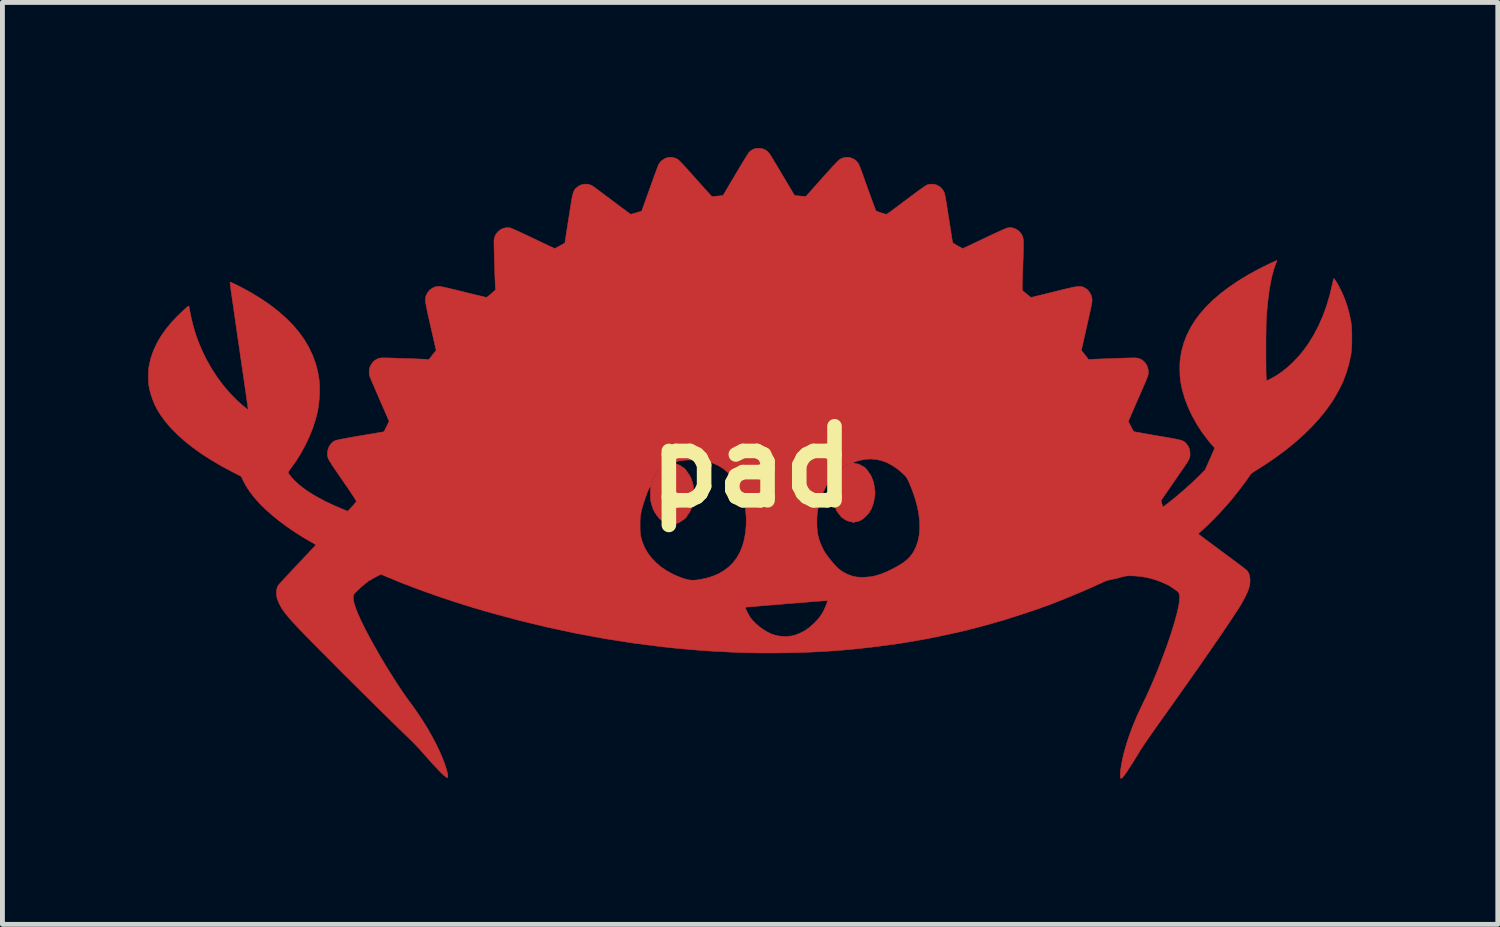
<source format=kicad_pcb>
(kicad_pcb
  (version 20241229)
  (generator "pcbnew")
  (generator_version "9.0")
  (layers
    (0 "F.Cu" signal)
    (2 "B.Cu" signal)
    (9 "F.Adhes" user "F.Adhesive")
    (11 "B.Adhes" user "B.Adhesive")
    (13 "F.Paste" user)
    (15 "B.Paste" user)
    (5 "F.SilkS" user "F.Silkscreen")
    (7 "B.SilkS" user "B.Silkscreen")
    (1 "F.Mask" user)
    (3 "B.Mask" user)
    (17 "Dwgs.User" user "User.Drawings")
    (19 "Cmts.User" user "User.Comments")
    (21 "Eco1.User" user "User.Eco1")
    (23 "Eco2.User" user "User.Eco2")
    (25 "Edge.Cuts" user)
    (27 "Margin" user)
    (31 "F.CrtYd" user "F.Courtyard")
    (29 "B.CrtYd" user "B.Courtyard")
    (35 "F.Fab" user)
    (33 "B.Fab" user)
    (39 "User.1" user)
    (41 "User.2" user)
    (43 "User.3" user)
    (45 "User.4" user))
  (footprint "pad"
    (layer "F.Cu")
    (at 12.428 6.562)
    (property "Reference" "pad" (at 0 0 0) (layer "F.SilkS") (effects (font (size 1.524 1.524) (thickness 0.3))))
    (attr through_hole)
    (fp_poly (pts (xy 0.202 -6.554) (xy 0.25 -6.541) (xy 0.293 -6.518) (xy 0.33 -6.489) (xy 0.337 -6.482) (xy 0.345 -6.473) (xy 0.354 -6.462) (xy 0.365 -6.448) (xy 0.378 -6.429) (xy 0.394 -6.405) (xy 0.413 -6.374) (xy 0.437 -6.336) (xy 0.465 -6.288) (xy 0.499 -6.232) (xy 0.54 -6.164) (xy 0.587 -6.085) (xy 0.641 -5.993) (xy 0.686 -5.918) (xy 0.739 -5.828) (xy 0.784 -5.753) (xy 0.821 -5.691) (xy 0.849 -5.644) (xy 0.869 -5.612) (xy 0.88 -5.593) (xy 0.884 -5.588) (xy 0.897 -5.585) (xy 0.922 -5.582) (xy 0.955 -5.579) (xy 0.993 -5.576) (xy 1.031 -5.573) (xy 1.067 -5.57) (xy 1.096 -5.569) (xy 1.114 -5.568) (xy 1.118 -5.569) (xy 1.126 -5.577) (xy 1.142 -5.596) (xy 1.166 -5.622) (xy 1.194 -5.654) (xy 1.203 -5.665) (xy 1.298 -5.771) (xy 1.381 -5.865) (xy 1.455 -5.948) (xy 1.52 -6.021) (xy 1.577 -6.083) (xy 1.626 -6.137) (xy 1.667 -6.183) (xy 1.703 -6.221) (xy 1.733 -6.252) (xy 1.758 -6.278) (xy 1.779 -6.298) (xy 1.796 -6.314) (xy 1.811 -6.326) (xy 1.824 -6.335) (xy 1.835 -6.342) (xy 1.84 -6.345) (xy 1.901 -6.367) (xy 1.964 -6.374) (xy 2.027 -6.367) (xy 2.087 -6.345) (xy 2.14 -6.311) (xy 2.184 -6.264) (xy 2.187 -6.259) (xy 2.193 -6.251) (xy 2.198 -6.242) (xy 2.204 -6.231) (xy 2.21 -6.218) (xy 2.218 -6.201) (xy 2.227 -6.178) (xy 2.238 -6.149) (xy 2.252 -6.112) (xy 2.269 -6.067) (xy 2.289 -6.011) (xy 2.313 -5.944) (xy 2.341 -5.865) (xy 2.374 -5.772) (xy 2.413 -5.665) (xy 2.413 -5.664) (xy 2.44 -5.587) (xy 2.467 -5.515) (xy 2.491 -5.449) (xy 2.512 -5.391) (xy 2.53 -5.342) (xy 2.545 -5.305) (xy 2.555 -5.28) (xy 2.56 -5.27) (xy 2.56 -5.27) (xy 2.571 -5.264) (xy 2.594 -5.255) (xy 2.626 -5.244) (xy 2.663 -5.231) (xy 2.7 -5.219) (xy 2.733 -5.209) (xy 2.76 -5.202) (xy 2.776 -5.199) (xy 2.776 -5.199) (xy 2.785 -5.203) (xy 2.805 -5.218) (xy 2.837 -5.24) (xy 2.879 -5.271) (xy 2.929 -5.308) (xy 2.986 -5.35) (xy 3.05 -5.398) (xy 3.118 -5.449) (xy 3.178 -5.493) (xy 3.272 -5.564) (xy 3.355 -5.626) (xy 3.428 -5.68) (xy 3.49 -5.724) (xy 3.539 -5.759) (xy 3.577 -5.785) (xy 3.602 -5.8) (xy 3.611 -5.805) (xy 3.668 -5.819) (xy 3.73 -5.82) (xy 3.789 -5.809) (xy 3.819 -5.798) (xy 3.874 -5.767) (xy 3.916 -5.728) (xy 3.951 -5.677) (xy 3.953 -5.674) (xy 3.958 -5.662) (xy 3.964 -5.65) (xy 3.969 -5.636) (xy 3.974 -5.618) (xy 3.979 -5.595) (xy 3.985 -5.566) (xy 3.992 -5.53) (xy 4 -5.484) (xy 4.009 -5.427) (xy 4.02 -5.359) (xy 4.033 -5.277) (xy 4.048 -5.18) (xy 4.056 -5.134) (xy 4.07 -5.044) (xy 4.083 -4.959) (xy 4.095 -4.881) (xy 4.106 -4.81) (xy 4.116 -4.748) (xy 4.124 -4.697) (xy 4.13 -4.659) (xy 4.134 -4.634) (xy 4.136 -4.626) (xy 4.144 -4.614) (xy 4.163 -4.598) (xy 4.195 -4.577) (xy 4.241 -4.551) (xy 4.278 -4.531) (xy 4.31 -4.514) (xy 4.333 -4.502) (xy 4.346 -4.496) (xy 4.347 -4.496) (xy 4.355 -4.499) (xy 4.378 -4.51) (xy 4.412 -4.526) (xy 4.459 -4.547) (xy 4.514 -4.573) (xy 4.579 -4.604) (xy 4.65 -4.637) (xy 4.727 -4.674) (xy 4.79 -4.704) (xy 4.902 -4.757) (xy 5 -4.803) (xy 5.082 -4.841) (xy 5.15 -4.871) (xy 5.204 -4.895) (xy 5.244 -4.911) (xy 5.269 -4.92) (xy 5.276 -4.921) (xy 5.338 -4.925) (xy 5.399 -4.913) (xy 5.456 -4.887) (xy 5.506 -4.85) (xy 5.548 -4.802) (xy 5.577 -4.745) (xy 5.58 -4.739) (xy 5.584 -4.723) (xy 5.588 -4.705) (xy 5.592 -4.684) (xy 5.594 -4.658) (xy 5.595 -4.625) (xy 5.596 -4.585) (xy 5.596 -4.536) (xy 5.595 -4.476) (xy 5.593 -4.405) (xy 5.591 -4.321) (xy 5.587 -4.223) (xy 5.584 -4.128) (xy 5.581 -4.05) (xy 5.578 -3.974) (xy 5.576 -3.904) (xy 5.574 -3.84) (xy 5.573 -3.786) (xy 5.572 -3.743) (xy 5.571 -3.715) (xy 5.571 -3.712) (xy 5.571 -3.635) (xy 5.657 -3.562) (xy 5.69 -3.535) (xy 5.719 -3.512) (xy 5.74 -3.496) (xy 5.752 -3.489) (xy 5.754 -3.488) (xy 5.763 -3.49) (xy 5.788 -3.496) (xy 5.826 -3.505) (xy 5.876 -3.517) (xy 5.936 -3.532) (xy 6.005 -3.549) (xy 6.082 -3.568) (xy 6.164 -3.588) (xy 6.211 -3.6) (xy 6.311 -3.625) (xy 6.395 -3.646) (xy 6.467 -3.663) (xy 6.526 -3.677) (xy 6.575 -3.688) (xy 6.615 -3.697) (xy 6.647 -3.703) (xy 6.674 -3.707) (xy 6.696 -3.71) (xy 6.715 -3.712) (xy 6.731 -3.712) (xy 6.77 -3.712) (xy 6.798 -3.709) (xy 6.823 -3.702) (xy 6.849 -3.69) (xy 6.851 -3.689) (xy 6.906 -3.653) (xy 6.95 -3.605) (xy 6.984 -3.547) (xy 7.004 -3.482) (xy 7.008 -3.449) (xy 7.009 -3.436) (xy 7.009 -3.421) (xy 7.007 -3.403) (xy 7.004 -3.379) (xy 6.999 -3.35) (xy 6.992 -3.313) (xy 6.982 -3.267) (xy 6.97 -3.211) (xy 6.955 -3.143) (xy 6.938 -3.063) (xy 6.916 -2.968) (xy 6.9 -2.897) (xy 6.788 -2.399) (xy 6.863 -2.304) (xy 6.937 -2.209) (xy 7.023 -2.214) (xy 7.059 -2.216) (xy 7.108 -2.218) (xy 7.168 -2.221) (xy 7.236 -2.223) (xy 7.311 -2.226) (xy 7.388 -2.229) (xy 7.468 -2.232) (xy 7.546 -2.234) (xy 7.621 -2.237) (xy 7.691 -2.239) (xy 7.753 -2.241) (xy 7.805 -2.242) (xy 7.844 -2.243) (xy 7.868 -2.244) (xy 7.921 -2.241) (xy 7.963 -2.234) (xy 7.987 -2.226) (xy 8.044 -2.197) (xy 8.091 -2.154) (xy 8.129 -2.102) (xy 8.155 -2.043) (xy 8.167 -1.979) (xy 8.166 -1.914) (xy 8.163 -1.896) (xy 8.156 -1.874) (xy 8.144 -1.84) (xy 8.127 -1.797) (xy 8.108 -1.748) (xy 8.086 -1.698) (xy 8.067 -1.654) (xy 8.042 -1.597) (xy 8.013 -1.531) (xy 7.982 -1.459) (xy 7.948 -1.382) (xy 7.915 -1.305) (xy 7.887 -1.241) (xy 7.754 -0.936) (xy 7.807 -0.834) (xy 7.826 -0.797) (xy 7.844 -0.764) (xy 7.857 -0.74) (xy 7.864 -0.728) (xy 7.865 -0.727) (xy 7.874 -0.724) (xy 7.898 -0.719) (xy 7.936 -0.712) (xy 7.986 -0.703) (xy 8.047 -0.692) (xy 8.117 -0.679) (xy 8.195 -0.666) (xy 8.279 -0.651) (xy 8.348 -0.639) (xy 8.456 -0.621) (xy 8.549 -0.605) (xy 8.627 -0.591) (xy 8.693 -0.579) (xy 8.748 -0.568) (xy 8.793 -0.558) (xy 8.829 -0.549) (xy 8.858 -0.54) (xy 8.881 -0.531) (xy 8.9 -0.521) (xy 8.915 -0.51) (xy 8.929 -0.498) (xy 8.942 -0.485) (xy 8.953 -0.473) (xy 8.993 -0.417) (xy 9.017 -0.353) (xy 9.026 -0.283) (xy 9.026 -0.28) (xy 9.026 -0.251) (xy 9.025 -0.226) (xy 9.021 -0.203) (xy 9.014 -0.179) (xy 9.003 -0.153) (xy 8.987 -0.124) (xy 8.965 -0.087) (xy 8.936 -0.043) (xy 8.899 0.011) (xy 8.858 0.07) (xy 8.816 0.131) (xy 8.768 0.201) (xy 8.717 0.275) (xy 8.667 0.349) (xy 8.62 0.416) (xy 8.603 0.44) (xy 8.568 0.492) (xy 8.534 0.541) (xy 8.503 0.585) (xy 8.478 0.622) (xy 8.459 0.648) (xy 8.449 0.663) (xy 8.434 0.686) (xy 8.43 0.704) (xy 8.433 0.718) (xy 8.439 0.739) (xy 8.449 0.769) (xy 8.454 0.785) (xy 8.468 0.83) (xy 8.57 0.751) (xy 8.655 0.684) (xy 8.748 0.608) (xy 8.845 0.526) (xy 8.942 0.441) (xy 9.037 0.355) (xy 9.127 0.272) (xy 9.208 0.193) (xy 9.259 0.142) (xy 9.336 0.064) (xy 9.435 -0.158) (xy 9.46 -0.215) (xy 9.483 -0.267) (xy 9.503 -0.312) (xy 9.518 -0.349) (xy 9.529 -0.374) (xy 9.533 -0.386) (xy 9.533 -0.387) (xy 9.528 -0.397) (xy 9.513 -0.413) (xy 9.503 -0.424) (xy 9.485 -0.442) (xy 9.461 -0.47) (xy 9.433 -0.503) (xy 9.407 -0.534) (xy 9.28 -0.702) (xy 9.167 -0.875) (xy 9.069 -1.051) (xy 8.985 -1.23) (xy 8.917 -1.41) (xy 8.865 -1.591) (xy 8.835 -1.736) (xy 8.826 -1.798) (xy 8.82 -1.872) (xy 8.817 -1.953) (xy 8.816 -2.036) (xy 8.817 -2.116) (xy 8.821 -2.188) (xy 8.826 -2.232) (xy 8.855 -2.396) (xy 8.9 -2.557) (xy 8.961 -2.713) (xy 9.037 -2.864) (xy 9.129 -3.013) (xy 9.236 -3.157) (xy 9.36 -3.297) (xy 9.5 -3.435) (xy 9.656 -3.568) (xy 9.828 -3.699) (xy 10.016 -3.826) (xy 10.221 -3.951) (xy 10.389 -4.044) (xy 10.436 -4.068) (xy 10.487 -4.095) (xy 10.542 -4.122) (xy 10.597 -4.149) (xy 10.65 -4.175) (xy 10.699 -4.198) (xy 10.743 -4.218) (xy 10.778 -4.234) (xy 10.803 -4.244) (xy 10.816 -4.248) (xy 10.817 -4.248) (xy 10.815 -4.239) (xy 10.808 -4.22) (xy 10.799 -4.201) (xy 10.782 -4.161) (xy 10.764 -4.107) (xy 10.744 -4.043) (xy 10.725 -3.973) (xy 10.707 -3.901) (xy 10.693 -3.836) (xy 10.674 -3.732) (xy 10.656 -3.626) (xy 10.641 -3.513) (xy 10.626 -3.393) (xy 10.614 -3.262) (xy 10.601 -3.117) (xy 10.598 -3.078) (xy 10.596 -3.044) (xy 10.595 -2.997) (xy 10.593 -2.938) (xy 10.592 -2.869) (xy 10.591 -2.792) (xy 10.59 -2.708) (xy 10.589 -2.62) (xy 10.589 -2.528) (xy 10.589 -2.435) (xy 10.588 -2.342) (xy 10.589 -2.252) (xy 10.589 -2.165) (xy 10.59 -2.083) (xy 10.59 -2.009) (xy 10.591 -1.943) (xy 10.593 -1.888) (xy 10.594 -1.846) (xy 10.596 -1.817) (xy 10.597 -1.806) (xy 10.604 -1.77) (xy 10.688 -1.813) (xy 10.805 -1.879) (xy 10.923 -1.96) (xy 11.04 -2.054) (xy 11.153 -2.159) (xy 11.261 -2.273) (xy 11.338 -2.364) (xy 11.46 -2.53) (xy 11.571 -2.709) (xy 11.671 -2.9) (xy 11.761 -3.103) (xy 11.839 -3.32) (xy 11.907 -3.549) (xy 11.964 -3.792) (xy 11.972 -3.829) (xy 11.978 -3.855) (xy 11.984 -3.873) (xy 11.987 -3.878) (xy 11.996 -3.87) (xy 12.011 -3.85) (xy 12.032 -3.817) (xy 12.059 -3.773) (xy 12.089 -3.721) (xy 12.089 -3.72) (xy 12.154 -3.592) (xy 12.213 -3.452) (xy 12.264 -3.304) (xy 12.306 -3.151) (xy 12.338 -2.997) (xy 12.342 -2.968) (xy 12.349 -2.913) (xy 12.354 -2.844) (xy 12.357 -2.766) (xy 12.358 -2.683) (xy 12.358 -2.597) (xy 12.356 -2.514) (xy 12.352 -2.436) (xy 12.346 -2.367) (xy 12.339 -2.311) (xy 12.338 -2.305) (xy 12.297 -2.118) (xy 12.245 -1.939) (xy 12.179 -1.765) (xy 12.098 -1.595) (xy 12.003 -1.425) (xy 11.942 -1.329) (xy 11.822 -1.161) (xy 11.686 -0.994) (xy 11.535 -0.828) (xy 11.369 -0.664) (xy 11.188 -0.503) (xy 10.995 -0.346) (xy 10.788 -0.193) (xy 10.569 -0.044) (xy 10.406 0.059) (xy 10.348 0.096) (xy 10.305 0.125) (xy 10.278 0.148) (xy 10.267 0.16) (xy 10.245 0.196) (xy 10.213 0.242) (xy 10.174 0.297) (xy 10.129 0.358) (xy 10.079 0.424) (xy 10.026 0.492) (xy 9.973 0.56) (xy 9.92 0.626) (xy 9.869 0.688) (xy 9.839 0.724) (xy 9.777 0.795) (xy 9.709 0.871) (xy 9.636 0.95) (xy 9.561 1.028) (xy 9.486 1.105) (xy 9.414 1.177) (xy 9.347 1.241) (xy 9.287 1.297) (xy 9.255 1.325) (xy 9.229 1.348) (xy 9.209 1.367) (xy 9.197 1.379) (xy 9.195 1.381) (xy 9.202 1.387) (xy 9.221 1.402) (xy 9.252 1.425) (xy 9.293 1.456) (xy 9.343 1.494) (xy 9.402 1.538) (xy 9.468 1.587) (xy 9.54 1.64) (xy 9.617 1.697) (xy 9.686 1.749) (xy 9.767 1.809) (xy 9.845 1.866) (xy 9.918 1.921) (xy 9.986 1.971) (xy 10.046 2.017) (xy 10.098 2.056) (xy 10.141 2.089) (xy 10.173 2.115) (xy 10.194 2.132) (xy 10.202 2.138) (xy 10.231 2.184) (xy 10.251 2.241) (xy 10.261 2.307) (xy 10.261 2.379) (xy 10.25 2.454) (xy 10.244 2.477) (xy 10.23 2.523) (xy 10.207 2.579) (xy 10.178 2.643) (xy 10.144 2.712) (xy 10.106 2.781) (xy 10.067 2.848) (xy 10.058 2.862) (xy 9.998 2.957) (xy 9.927 3.065) (xy 9.847 3.187) (xy 9.756 3.322) (xy 9.655 3.471) (xy 9.544 3.632) (xy 9.424 3.807) (xy 9.293 3.996) (xy 9.152 4.197) (xy 9.002 4.411) (xy 8.841 4.639) (xy 8.671 4.879) (xy 8.491 5.132) (xy 8.365 5.309) (xy 8.309 5.388) (xy 8.254 5.467) (xy 8.2 5.544) (xy 8.149 5.617) (xy 8.103 5.685) (xy 8.062 5.746) (xy 8.027 5.798) (xy 8.001 5.839) (xy 7.989 5.859) (xy 7.932 5.952) (xy 7.878 6.04) (xy 7.827 6.121) (xy 7.779 6.195) (xy 7.737 6.26) (xy 7.699 6.315) (xy 7.668 6.358) (xy 7.644 6.388) (xy 7.639 6.394) (xy 7.618 6.413) (xy 7.603 6.416) (xy 7.594 6.403) (xy 7.59 6.389) (xy 7.588 6.358) (xy 7.59 6.313) (xy 7.595 6.257) (xy 7.604 6.192) (xy 7.616 6.121) (xy 7.63 6.046) (xy 7.647 5.969) (xy 7.665 5.894) (xy 7.672 5.867) (xy 7.723 5.689) (xy 7.782 5.513) (xy 7.849 5.334) (xy 7.925 5.151) (xy 8.013 4.961) (xy 8.058 4.868) (xy 8.12 4.738) (xy 8.184 4.6) (xy 8.247 4.456) (xy 8.309 4.309) (xy 8.371 4.158) (xy 8.43 4.006) (xy 8.487 3.855) (xy 8.542 3.706) (xy 8.593 3.56) (xy 8.64 3.419) (xy 8.682 3.285) (xy 8.719 3.159) (xy 8.751 3.043) (xy 8.776 2.938) (xy 8.795 2.846) (xy 8.801 2.81) (xy 8.808 2.75) (xy 8.812 2.703) (xy 8.812 2.666) (xy 8.808 2.636) (xy 8.802 2.614) (xy 8.795 2.598) (xy 8.786 2.584) (xy 8.772 2.569) (xy 8.751 2.552) (xy 8.72 2.53) (xy 8.678 2.501) (xy 8.67 2.496) (xy 8.639 2.474) (xy 8.612 2.456) (xy 8.593 2.443) (xy 8.587 2.438) (xy 8.578 2.433) (xy 8.577 2.434) (xy 8.57 2.432) (xy 8.551 2.424) (xy 8.523 2.411) (xy 8.499 2.4) (xy 8.431 2.37) (xy 8.353 2.341) (xy 8.27 2.314) (xy 8.188 2.291) (xy 8.132 2.279) (xy 8.06 2.266) (xy 7.986 2.256) (xy 7.913 2.249) (xy 7.843 2.245) (xy 7.78 2.244) (xy 7.726 2.246) (xy 7.685 2.252) (xy 7.671 2.256) (xy 7.648 2.263) (xy 7.633 2.266) (xy 7.63 2.265) (xy 7.621 2.265) (xy 7.617 2.268) (xy 7.605 2.273) (xy 7.579 2.28) (xy 7.544 2.29) (xy 7.502 2.3) (xy 7.457 2.31) (xy 7.411 2.32) (xy 7.369 2.329) (xy 7.366 2.329) (xy 7.332 2.337) (xy 7.299 2.347) (xy 7.28 2.355) (xy 7.26 2.363) (xy 7.246 2.365) (xy 7.244 2.365) (xy 7.239 2.366) (xy 7.239 2.368) (xy 7.232 2.378) (xy 7.224 2.382) (xy 7.212 2.387) (xy 7.187 2.397) (xy 7.153 2.413) (xy 7.111 2.431) (xy 7.078 2.447) (xy 7.019 2.474) (xy 6.951 2.504) (xy 6.876 2.536) (xy 6.796 2.571) (xy 6.712 2.606) (xy 6.626 2.642) (xy 6.54 2.678) (xy 6.455 2.713) (xy 6.372 2.746) (xy 6.294 2.777) (xy 6.222 2.806) (xy 6.157 2.831) (xy 6.102 2.851) (xy 6.058 2.867) (xy 6.027 2.878) (xy 6.011 2.882) (xy 5.994 2.887) (xy 5.981 2.893) (xy 5.967 2.899) (xy 5.939 2.91) (xy 5.898 2.924) (xy 5.847 2.942) (xy 5.787 2.962) (xy 5.72 2.984) (xy 5.649 3.008) (xy 5.574 3.033) (xy 5.499 3.057) (xy 5.424 3.081) (xy 5.353 3.104) (xy 5.285 3.126) (xy 5.225 3.145) (xy 5.172 3.161) (xy 5.139 3.171) (xy 5.082 3.187) (xy 5.019 3.205) (xy 4.953 3.224) (xy 4.885 3.243) (xy 4.817 3.262) (xy 4.753 3.279) (xy 4.693 3.295) (xy 4.641 3.309) (xy 4.599 3.32) (xy 4.568 3.328) (xy 4.551 3.331) (xy 4.551 3.331) (xy 4.53 3.336) (xy 4.521 3.339) (xy 4.504 3.344) (xy 4.472 3.353) (xy 4.427 3.364) (xy 4.371 3.377) (xy 4.306 3.392) (xy 4.234 3.409) (xy 4.156 3.426) (xy 4.076 3.444) (xy 3.993 3.461) (xy 3.912 3.479) (xy 3.832 3.496) (xy 3.757 3.511) (xy 3.687 3.525) (xy 3.641 3.534) (xy 3.541 3.553) (xy 3.438 3.571) (xy 3.335 3.59) (xy 3.234 3.607) (xy 3.14 3.622) (xy 3.053 3.636) (xy 2.978 3.647) (xy 2.925 3.654) (xy 2.894 3.658) (xy 2.866 3.662) (xy 2.857 3.663) (xy 2.77 3.675) (xy 2.673 3.688) (xy 2.571 3.701) (xy 2.464 3.714) (xy 2.357 3.726) (xy 2.253 3.738) (xy 2.153 3.748) (xy 2.06 3.758) (xy 1.979 3.765) (xy 1.91 3.771) (xy 1.897 3.772) (xy 1.861 3.775) (xy 1.815 3.778) (xy 1.766 3.782) (xy 1.736 3.785) (xy 1.564 3.797) (xy 1.378 3.808) (xy 1.181 3.817) (xy 0.976 3.824) (xy 0.766 3.829) (xy 0.553 3.832) (xy 0.34 3.833) (xy 0.13 3.832) (xy -0.073 3.828) (xy -0.268 3.823) (xy -0.45 3.815) (xy -0.563 3.809) (xy -0.612 3.806) (xy -0.657 3.804) (xy -0.693 3.802) (xy -0.719 3.801) (xy -0.728 3.801) (xy -0.743 3.801) (xy -0.773 3.799) (xy -0.814 3.796) (xy -0.865 3.793) (xy -0.922 3.789) (xy -0.984 3.785) (xy -1.047 3.78) (xy -1.11 3.775) (xy -1.169 3.77) (xy -1.223 3.766) (xy -1.269 3.762) (xy -1.303 3.759) (xy -1.308 3.758) (xy -1.345 3.755) (xy -1.377 3.752) (xy -1.399 3.75) (xy -1.405 3.749) (xy -1.421 3.748) (xy -1.451 3.746) (xy -1.492 3.742) (xy -1.541 3.737) (xy -1.595 3.732) (xy -1.652 3.726) (xy -1.709 3.72) (xy -1.763 3.714) (xy -1.811 3.709) (xy -1.851 3.705) (xy -1.855 3.704) (xy -2.443 3.629) (xy -3.031 3.537) (xy -3.62 3.428) (xy -4.209 3.302) (xy -4.798 3.16) (xy -5.389 3) (xy -5.474 2.976) (xy -5.534 2.959) (xy -5.602 2.938) (xy -5.675 2.917) (xy -5.751 2.894) (xy -5.757 2.892) (xy -0.134 2.892) (xy -0.133 2.901) (xy -0.125 2.921) (xy -0.111 2.95) (xy -0.095 2.983) (xy -0.077 3.019) (xy -0.059 3.052) (xy -0.043 3.08) (xy -0.033 3.097) (xy 0.018 3.161) (xy 0.081 3.226) (xy 0.154 3.289) (xy 0.233 3.347) (xy 0.314 3.397) (xy 0.393 3.436) (xy 0.398 3.439) (xy 0.497 3.471) (xy 0.601 3.49) (xy 0.706 3.495) (xy 0.81 3.485) (xy 0.884 3.468) (xy 0.99 3.429) (xy 1.089 3.378) (xy 1.184 3.312) (xy 1.276 3.231) (xy 1.301 3.207) (xy 1.356 3.148) (xy 1.4 3.094) (xy 1.437 3.041) (xy 1.471 2.984) (xy 1.495 2.935) (xy 1.511 2.899) (xy 1.527 2.861) (xy 1.542 2.824) (xy 1.553 2.792) (xy 1.561 2.768) (xy 1.564 2.755) (xy 1.563 2.754) (xy 1.555 2.754) (xy 1.53 2.756) (xy 1.492 2.759) (xy 1.441 2.763) (xy 1.379 2.767) (xy 1.307 2.773) (xy 1.226 2.779) (xy 1.138 2.786) (xy 1.044 2.794) (xy 0.945 2.802) (xy 0.843 2.81) (xy 0.74 2.818) (xy 0.637 2.827) (xy 0.534 2.835) (xy 0.434 2.843) (xy 0.337 2.851) (xy 0.246 2.859) (xy 0.161 2.866) (xy 0.085 2.872) (xy 0.017 2.878) (xy -0.04 2.883) (xy -0.084 2.887) (xy -0.116 2.89) (xy -0.132 2.891) (xy -0.134 2.892) (xy -5.757 2.892) (xy -5.828 2.87) (xy -5.904 2.847) (xy -5.977 2.824) (xy -6.044 2.803) (xy -6.105 2.784) (xy -6.156 2.767) (xy -6.195 2.754) (xy -6.222 2.745) (xy -6.228 2.742) (xy -6.25 2.734) (xy -6.266 2.729) (xy -6.284 2.725) (xy -6.304 2.717) (xy -6.322 2.711) (xy -6.331 2.708) (xy -6.331 2.708) (xy -6.34 2.706) (xy -6.361 2.699) (xy -6.392 2.688) (xy -6.428 2.676) (xy -6.467 2.663) (xy -6.504 2.65) (xy -6.537 2.638) (xy -6.562 2.629) (xy -6.574 2.624) (xy -6.595 2.616) (xy -6.61 2.611) (xy -6.61 2.611) (xy -6.624 2.607) (xy -6.65 2.598) (xy -6.688 2.585) (xy -6.733 2.569) (xy -6.783 2.551) (xy -6.836 2.531) (xy -6.89 2.511) (xy -6.941 2.492) (xy -6.987 2.475) (xy -7.026 2.46) (xy -7.055 2.448) (xy -7.071 2.441) (xy -7.074 2.44) (xy -7.09 2.434) (xy -7.092 2.433) (xy -7.105 2.429) (xy -7.13 2.42) (xy -7.164 2.407) (xy -7.204 2.391) (xy -7.247 2.374) (xy -7.291 2.356) (xy -7.332 2.339) (xy -7.368 2.324) (xy -7.395 2.312) (xy -7.41 2.304) (xy -7.413 2.302) (xy -7.422 2.297) (xy -7.424 2.298) (xy -7.433 2.296) (xy -7.455 2.288) (xy -7.486 2.276) (xy -7.524 2.26) (xy -7.531 2.257) (xy -7.633 2.212) (xy -7.698 2.245) (xy -7.738 2.266) (xy -7.78 2.289) (xy -7.817 2.31) (xy -7.819 2.312) (xy -7.846 2.328) (xy -7.868 2.34) (xy -7.881 2.345) (xy -7.882 2.345) (xy -7.892 2.351) (xy -7.892 2.352) (xy -7.9 2.361) (xy -7.917 2.375) (xy -7.929 2.384) (xy -7.96 2.407) (xy -7.997 2.438) (xy -8.037 2.473) (xy -8.077 2.509) (xy -8.115 2.544) (xy -8.146 2.575) (xy -8.168 2.599) (xy -8.174 2.605) (xy -8.192 2.631) (xy -8.201 2.652) (xy -8.204 2.678) (xy -8.204 2.692) (xy -8.2 2.744) (xy -8.187 2.806) (xy -8.164 2.88) (xy -8.133 2.965) (xy -8.092 3.063) (xy -8.041 3.174) (xy -8.014 3.23) (xy -7.952 3.354) (xy -7.883 3.487) (xy -7.806 3.627) (xy -7.724 3.772) (xy -7.639 3.92) (xy -7.551 4.068) (xy -7.461 4.214) (xy -7.372 4.356) (xy -7.284 4.492) (xy -7.199 4.62) (xy -7.118 4.737) (xy -7.042 4.841) (xy -7.031 4.855) (xy -6.913 5.019) (xy -6.799 5.188) (xy -6.691 5.36) (xy -6.592 5.533) (xy -6.501 5.703) (xy -6.422 5.869) (xy -6.356 6.024) (xy -6.328 6.098) (xy -6.304 6.167) (xy -6.285 6.23) (xy -6.27 6.286) (xy -6.26 6.332) (xy -6.256 6.368) (xy -6.258 6.391) (xy -6.266 6.401) (xy -6.268 6.401) (xy -6.285 6.394) (xy -6.313 6.374) (xy -6.351 6.341) (xy -6.4 6.295) (xy -6.458 6.235) (xy -6.527 6.162) (xy -6.606 6.076) (xy -6.695 5.976) (xy -6.783 5.876) (xy -6.826 5.828) (xy -6.874 5.776) (xy -6.921 5.726) (xy -6.965 5.681) (xy -6.995 5.651) (xy -7.164 5.487) (xy -7.332 5.323) (xy -7.501 5.158) (xy -7.671 4.991) (xy -7.845 4.819) (xy -8.025 4.641) (xy -8.212 4.455) (xy -8.408 4.26) (xy -8.493 4.175) (xy -8.632 4.035) (xy -8.759 3.907) (xy -8.876 3.79) (xy -8.982 3.683) (xy -9.079 3.585) (xy -9.166 3.495) (xy -9.244 3.415) (xy -9.315 3.341) (xy -9.377 3.275) (xy -9.433 3.215) (xy -9.482 3.161) (xy -9.525 3.112) (xy -9.562 3.067) (xy -9.595 3.027) (xy -9.624 2.99) (xy -9.648 2.955) (xy -9.67 2.923) (xy -9.689 2.892) (xy -9.705 2.863) (xy -9.721 2.833) (xy -9.729 2.817) (xy -9.746 2.778) (xy -9.761 2.738) (xy -9.773 2.703) (xy -9.775 2.697) (xy -9.786 2.631) (xy -9.786 2.566) (xy -9.776 2.506) (xy -9.756 2.455) (xy -9.747 2.44) (xy -9.736 2.426) (xy -9.714 2.402) (xy -9.683 2.367) (xy -9.642 2.322) (xy -9.592 2.268) (xy -9.535 2.207) (xy -9.471 2.138) (xy -9.401 2.064) (xy -9.326 1.984) (xy -9.246 1.899) (xy -9.163 1.811) (xy -9.143 1.791) (xy -9.092 1.736) (xy -9.049 1.691) (xy -9.015 1.654) (xy -8.992 1.628) (xy -8.979 1.613) (xy -8.977 1.609) (xy -8.982 1.602) (xy -8.998 1.591) (xy -9.01 1.583) (xy -9.206 1.47) (xy -9.39 1.355) (xy -9.563 1.237) (xy -9.616 1.198) (xy -2.298 1.198) (xy -2.298 1.275) (xy -2.295 1.339) (xy -2.289 1.394) (xy -2.28 1.445) (xy -2.267 1.496) (xy -2.25 1.551) (xy -2.248 1.556) (xy -2.201 1.67) (xy -2.138 1.778) (xy -2.06 1.88) (xy -1.969 1.975) (xy -1.865 2.063) (xy -1.749 2.141) (xy -1.622 2.211) (xy -1.518 2.257) (xy -1.442 2.286) (xy -1.378 2.308) (xy -1.321 2.323) (xy -1.27 2.332) (xy -1.219 2.335) (xy -1.166 2.333) (xy -1.107 2.327) (xy -1.089 2.324) (xy -0.94 2.295) (xy -0.804 2.254) (xy -0.681 2.201) (xy -0.569 2.136) (xy -0.469 2.06) (xy -0.382 1.972) (xy -0.306 1.872) (xy -0.243 1.76) (xy -0.192 1.636) (xy -0.154 1.501) (xy -0.127 1.355) (xy -0.114 1.202) (xy -0.113 1.139) (xy 1.342 1.139) (xy 1.344 1.24) (xy 1.352 1.329) (xy 1.365 1.411) (xy 1.385 1.488) (xy 1.412 1.566) (xy 1.448 1.65) (xy 1.452 1.656) (xy 1.47 1.694) (xy 1.488 1.729) (xy 1.508 1.762) (xy 1.531 1.796) (xy 1.558 1.834) (xy 1.591 1.876) (xy 1.631 1.927) (xy 1.681 1.987) (xy 1.7 2.01) (xy 1.777 2.09) (xy 1.866 2.157) (xy 1.963 2.21) (xy 2.068 2.249) (xy 2.117 2.262) (xy 2.172 2.27) (xy 2.239 2.274) (xy 2.311 2.274) (xy 2.385 2.27) (xy 2.455 2.263) (xy 2.508 2.253) (xy 2.589 2.232) (xy 2.668 2.206) (xy 2.75 2.174) (xy 2.839 2.133) (xy 2.874 2.116) (xy 2.98 2.061) (xy 3.07 2.008) (xy 3.147 1.955) (xy 3.212 1.9) (xy 3.266 1.843) (xy 3.312 1.783) (xy 3.332 1.75) (xy 3.385 1.644) (xy 3.424 1.529) (xy 3.449 1.404) (xy 3.46 1.272) (xy 3.458 1.131) (xy 3.442 0.983) (xy 3.413 0.829) (xy 3.37 0.668) (xy 3.313 0.501) (xy 3.276 0.406) (xy 3.251 0.345) (xy 3.229 0.296) (xy 3.21 0.258) (xy 3.192 0.227) (xy 3.173 0.2) (xy 3.151 0.176) (xy 3.125 0.15) (xy 3.122 0.147) (xy 3.014 0.053) (xy 2.904 -0.023) (xy 2.793 -0.083) (xy 2.68 -0.126) (xy 2.565 -0.152) (xy 2.449 -0.161) (xy 2.33 -0.153) (xy 2.21 -0.129) (xy 2.144 -0.109) (xy 2.108 -0.096) (xy 2.086 -0.088) (xy 2.077 -0.083) (xy 2.078 -0.08) (xy 2.09 -0.078) (xy 2.095 -0.078) (xy 2.12 -0.074) (xy 2.137 -0.068) (xy 2.14 -0.066) (xy 2.156 -0.061) (xy 2.163 -0.062) (xy 2.176 -0.062) (xy 2.18 -0.059) (xy 2.191 -0.055) (xy 2.197 -0.056) (xy 2.208 -0.056) (xy 2.21 -0.051) (xy 2.215 -0.045) (xy 2.218 -0.047) (xy 2.226 -0.046) (xy 2.227 -0.042) (xy 2.232 -0.037) (xy 2.235 -0.038) (xy 2.243 -0.037) (xy 2.244 -0.034) (xy 2.249 -0.028) (xy 2.252 -0.03) (xy 2.26 -0.028) (xy 2.261 -0.024) (xy 2.264 -0.018) (xy 2.266 -0.02) (xy 2.275 -0.018) (xy 2.284 -0.01) (xy 2.291 -0.003) (xy 2.29 -0.008) (xy 2.291 -0.011) (xy 2.301 -0.002) (xy 2.307 0.004) (xy 2.32 0.017) (xy 2.325 0.021) (xy 2.324 0.019) (xy 2.321 0.01) (xy 2.326 0.012) (xy 2.34 0.025) (xy 2.358 0.044) (xy 2.373 0.061) (xy 2.379 0.069) (xy 2.375 0.068) (xy 2.37 0.066) (xy 2.376 0.074) (xy 2.383 0.081) (xy 2.399 0.097) (xy 2.406 0.11) (xy 2.407 0.112) (xy 2.411 0.121) (xy 2.417 0.124) (xy 2.426 0.132) (xy 2.425 0.136) (xy 2.427 0.145) (xy 2.434 0.149) (xy 2.443 0.157) (xy 2.442 0.162) (xy 2.444 0.169) (xy 2.447 0.169) (xy 2.452 0.174) (xy 2.451 0.178) (xy 2.452 0.186) (xy 2.455 0.186) (xy 2.461 0.191) (xy 2.46 0.195) (xy 2.461 0.203) (xy 2.464 0.203) (xy 2.469 0.208) (xy 2.468 0.212) (xy 2.469 0.219) (xy 2.472 0.22) (xy 2.477 0.226) (xy 2.475 0.233) (xy 2.476 0.244) (xy 2.48 0.246) (xy 2.486 0.251) (xy 2.485 0.254) (xy 2.486 0.262) (xy 2.49 0.262) (xy 2.496 0.269) (xy 2.495 0.275) (xy 2.495 0.286) (xy 2.499 0.288) (xy 2.503 0.294) (xy 2.502 0.305) (xy 2.501 0.319) (xy 2.506 0.322) (xy 2.513 0.328) (xy 2.512 0.334) (xy 2.512 0.348) (xy 2.515 0.352) (xy 2.52 0.363) (xy 2.519 0.373) (xy 2.519 0.388) (xy 2.523 0.394) (xy 2.528 0.406) (xy 2.527 0.427) (xy 2.526 0.449) (xy 2.531 0.461) (xy 2.535 0.472) (xy 2.539 0.496) (xy 2.54 0.53) (xy 2.54 0.533) (xy 2.539 0.568) (xy 2.536 0.593) (xy 2.531 0.606) (xy 2.531 0.606) (xy 2.526 0.618) (xy 2.527 0.64) (xy 2.528 0.662) (xy 2.523 0.669) (xy 2.516 0.676) (xy 2.518 0.69) (xy 2.519 0.707) (xy 2.515 0.715) (xy 2.51 0.726) (xy 2.512 0.733) (xy 2.511 0.743) (xy 2.506 0.745) (xy 2.5 0.751) (xy 2.501 0.757) (xy 2.5 0.771) (xy 2.497 0.775) (xy 2.492 0.785) (xy 2.493 0.787) (xy 2.492 0.798) (xy 2.489 0.8) (xy 2.484 0.81) (xy 2.485 0.813) (xy 2.484 0.821) (xy 2.481 0.821) (xy 2.475 0.826) (xy 2.476 0.829) (xy 2.475 0.84) (xy 2.472 0.842) (xy 2.467 0.853) (xy 2.468 0.856) (xy 2.467 0.863) (xy 2.464 0.864) (xy 2.458 0.869) (xy 2.46 0.872) (xy 2.459 0.88) (xy 2.455 0.881) (xy 2.45 0.885) (xy 2.451 0.888) (xy 2.448 0.897) (xy 2.442 0.901) (xy 2.433 0.909) (xy 2.434 0.914) (xy 2.433 0.922) (xy 2.43 0.923) (xy 2.424 0.928) (xy 2.425 0.931) (xy 2.423 0.941) (xy 2.415 0.947) (xy 2.406 0.954) (xy 2.407 0.956) (xy 2.404 0.962) (xy 2.392 0.977) (xy 2.371 0.998) (xy 2.356 1.013) (xy 2.331 1.037) (xy 2.31 1.056) (xy 2.296 1.067) (xy 2.292 1.068) (xy 2.284 1.073) (xy 2.281 1.079) (xy 2.273 1.088) (xy 2.268 1.087) (xy 2.261 1.089) (xy 2.261 1.092) (xy 2.255 1.098) (xy 2.252 1.096) (xy 2.244 1.097) (xy 2.244 1.101) (xy 2.239 1.106) (xy 2.235 1.105) (xy 2.227 1.106) (xy 2.227 1.109) (xy 2.222 1.115) (xy 2.219 1.114) (xy 2.208 1.115) (xy 2.206 1.117) (xy 2.195 1.122) (xy 2.188 1.121) (xy 2.178 1.121) (xy 2.176 1.125) (xy 2.169 1.131) (xy 2.156 1.13) (xy 2.138 1.129) (xy 2.13 1.134) (xy 2.118 1.14) (xy 2.098 1.143) (xy 2.095 1.143) (xy 2.074 1.141) (xy 2.062 1.135) (xy 2.061 1.134) (xy 2.05 1.129) (xy 2.035 1.13) (xy 2.019 1.131) (xy 2.015 1.125) (xy 2.009 1.12) (xy 2.002 1.121) (xy 1.991 1.12) (xy 1.99 1.116) (xy 1.983 1.111) (xy 1.977 1.112) (xy 1.966 1.112) (xy 1.964 1.108) (xy 1.959 1.104) (xy 1.956 1.105) (xy 1.948 1.104) (xy 1.947 1.101) (xy 1.942 1.095) (xy 1.939 1.096) (xy 1.931 1.096) (xy 1.93 1.093) (xy 1.925 1.086) (xy 1.923 1.086) (xy 1.912 1.082) (xy 1.901 1.071) (xy 1.893 1.063) (xy 1.893 1.067) (xy 1.891 1.068) (xy 1.88 1.059) (xy 1.867 1.046) (xy 1.852 1.03) (xy 1.845 1.025) (xy 1.847 1.029) (xy 1.854 1.04) (xy 1.851 1.039) (xy 1.844 1.034) (xy 1.834 1.022) (xy 1.833 1.015) (xy 1.83 1.006) (xy 1.817 0.993) (xy 1.812 0.99) (xy 1.797 0.976) (xy 1.791 0.965) (xy 1.792 0.964) (xy 1.789 0.955) (xy 1.783 0.952) (xy 1.774 0.944) (xy 1.774 0.939) (xy 1.772 0.93) (xy 1.766 0.926) (xy 1.757 0.918) (xy 1.757 0.914) (xy 1.756 0.906) (xy 1.753 0.906) (xy 1.747 0.901) (xy 1.748 0.897) (xy 1.747 0.89) (xy 1.744 0.889) (xy 1.738 0.884) (xy 1.739 0.881) (xy 1.738 0.87) (xy 1.732 0.861) (xy 1.724 0.849) (xy 1.725 0.843) (xy 1.723 0.839) (xy 1.72 0.838) (xy 1.713 0.833) (xy 1.714 0.83) (xy 1.714 0.822) (xy 1.711 0.821) (xy 1.706 0.815) (xy 1.707 0.809) (xy 1.707 0.798) (xy 1.703 0.796) (xy 1.698 0.79) (xy 1.699 0.783) (xy 1.698 0.772) (xy 1.695 0.77) (xy 1.689 0.764) (xy 1.69 0.759) (xy 1.689 0.745) (xy 1.685 0.741) (xy 1.68 0.731) (xy 1.681 0.727) (xy 1.681 0.715) (xy 1.676 0.707) (xy 1.671 0.693) (xy 1.672 0.686) (xy 1.673 0.672) (xy 1.671 0.667) (xy 1.666 0.651) (xy 1.662 0.622) (xy 1.659 0.585) (xy 1.658 0.543) (xy 1.658 0.501) (xy 1.66 0.462) (xy 1.663 0.429) (xy 1.667 0.408) (xy 1.67 0.402) (xy 1.673 0.389) (xy 1.671 0.376) (xy 1.671 0.36) (xy 1.676 0.356) (xy 1.682 0.349) (xy 1.681 0.339) (xy 1.68 0.325) (xy 1.685 0.322) (xy 1.691 0.316) (xy 1.69 0.309) (xy 1.691 0.298) (xy 1.695 0.296) (xy 1.7 0.29) (xy 1.699 0.284) (xy 1.699 0.273) (xy 1.703 0.271) (xy 1.708 0.265) (xy 1.707 0.258) (xy 1.707 0.247) (xy 1.711 0.246) (xy 1.716 0.24) (xy 1.714 0.237) (xy 1.715 0.229) (xy 1.718 0.229) (xy 1.723 0.222) (xy 1.722 0.216) (xy 1.722 0.205) (xy 1.727 0.203) (xy 1.733 0.199) (xy 1.732 0.196) (xy 1.734 0.187) (xy 1.74 0.183) (xy 1.749 0.175) (xy 1.748 0.169) (xy 1.75 0.162) (xy 1.754 0.161) (xy 1.76 0.158) (xy 1.758 0.155) (xy 1.76 0.147) (xy 1.768 0.138) (xy 1.775 0.13) (xy 1.77 0.131) (xy 1.766 0.131) (xy 1.774 0.123) (xy 1.787 0.111) (xy 1.791 0.103) (xy 1.797 0.092) (xy 1.814 0.074) (xy 1.839 0.051) (xy 1.869 0.027) (xy 1.9 0.003) (xy 1.929 -0.017) (xy 1.954 -0.032) (xy 1.958 -0.034) (xy 1.982 -0.047) (xy 1.997 -0.055) (xy 2 -0.059) (xy 1.999 -0.059) (xy 1.98 -0.054) (xy 1.952 -0.041) (xy 1.92 -0.021) (xy 1.887 0.001) (xy 1.859 0.025) (xy 1.848 0.035) (xy 1.827 0.056) (xy 1.809 0.071) (xy 1.799 0.076) (xy 1.787 0.082) (xy 1.766 0.097) (xy 1.739 0.12) (xy 1.709 0.146) (xy 1.679 0.175) (xy 1.652 0.203) (xy 1.63 0.227) (xy 1.619 0.242) (xy 1.598 0.277) (xy 1.572 0.324) (xy 1.543 0.378) (xy 1.514 0.437) (xy 1.487 0.495) (xy 1.463 0.549) (xy 1.444 0.595) (xy 1.443 0.597) (xy 1.409 0.695) (xy 1.382 0.785) (xy 1.363 0.869) (xy 1.351 0.954) (xy 1.344 1.043) (xy 1.342 1.139) (xy -0.113 1.139) (xy -0.113 1.045) (xy -0.126 0.889) (xy -0.154 0.739) (xy -0.196 0.594) (xy -0.25 0.459) (xy -0.254 0.45) (xy -0.321 0.327) (xy -0.397 0.219) (xy -0.482 0.124) (xy -0.577 0.044) (xy -0.681 -0.022) (xy -0.766 -0.061) (xy 2.027 -0.061) (xy 2.036 -0.06) (xy 2.047 -0.061) (xy 2.047 -0.064) (xy 2.035 -0.066) (xy 2.03 -0.065) (xy 2.027 -0.061) (xy -0.766 -0.061) (xy -0.795 -0.075) (xy -0.918 -0.113) (xy -1.007 -0.132) (xy -1.063 -0.138) (xy -1.132 -0.142) (xy -1.208 -0.143) (xy -1.287 -0.141) (xy -1.364 -0.137) (xy -1.435 -0.13) (xy -1.495 -0.121) (xy -1.499 -0.12) (xy -1.565 -0.105) (xy -1.619 -0.093) (xy -1.659 -0.082) (xy -1.684 -0.074) (xy -1.693 -0.067) (xy -1.693 -0.067) (xy -1.686 -0.064) (xy -1.665 -0.062) (xy -1.636 -0.062) (xy -1.629 -0.062) (xy -1.598 -0.063) (xy -1.574 -0.061) (xy -1.562 -0.059) (xy -1.561 -0.058) (xy -1.551 -0.055) (xy -1.545 -0.056) (xy -1.534 -0.056) (xy -1.532 -0.052) (xy -1.526 -0.047) (xy -1.52 -0.048) (xy -1.509 -0.047) (xy -1.507 -0.043) (xy -1.502 -0.037) (xy -1.499 -0.038) (xy -1.491 -0.037) (xy -1.49 -0.034) (xy -1.485 -0.028) (xy -1.482 -0.03) (xy -1.474 -0.029) (xy -1.473 -0.025) (xy -1.468 -0.02) (xy -1.466 -0.021) (xy -1.457 -0.018) (xy -1.453 -0.013) (xy -1.445 -0.003) (xy -1.441 -0.002) (xy -1.43 0.002) (xy -1.416 0.015) (xy -1.414 0.017) (xy -1.404 0.028) (xy -1.4 0.029) (xy -1.401 0.028) (xy -1.404 0.018) (xy -1.399 0.02) (xy -1.385 0.034) (xy -1.367 0.052) (xy -1.351 0.07) (xy -1.344 0.08) (xy -1.346 0.081) (xy -1.349 0.082) (xy -1.341 0.091) (xy -1.338 0.094) (xy -1.324 0.108) (xy -1.319 0.119) (xy -1.319 0.12) (xy -1.314 0.129) (xy -1.308 0.132) (xy -1.3 0.14) (xy -1.3 0.145) (xy -1.298 0.154) (xy -1.292 0.158) (xy -1.283 0.166) (xy -1.283 0.17) (xy -1.282 0.177) (xy -1.278 0.178) (xy -1.273 0.183) (xy -1.274 0.186) (xy -1.273 0.194) (xy -1.27 0.195) (xy -1.264 0.2) (xy -1.266 0.203) (xy -1.265 0.211) (xy -1.262 0.212) (xy -1.256 0.217) (xy -1.257 0.22) (xy -1.256 0.228) (xy -1.253 0.229) (xy -1.248 0.234) (xy -1.249 0.237) (xy -1.248 0.245) (xy -1.244 0.246) (xy -1.238 0.252) (xy -1.239 0.258) (xy -1.239 0.269) (xy -1.236 0.271) (xy -1.232 0.277) (xy -1.233 0.284) (xy -1.233 0.295) (xy -1.229 0.296) (xy -1.223 0.303) (xy -1.225 0.309) (xy -1.224 0.32) (xy -1.22 0.322) (xy -1.213 0.328) (xy -1.215 0.339) (xy -1.216 0.353) (xy -1.211 0.356) (xy -1.205 0.362) (xy -1.206 0.372) (xy -1.207 0.388) (xy -1.202 0.394) (xy -1.197 0.405) (xy -1.198 0.416) (xy -1.2 0.434) (xy -1.197 0.442) (xy -1.195 0.454) (xy -1.193 0.479) (xy -1.191 0.514) (xy -1.191 0.554) (xy -1.191 0.555) (xy -1.191 0.595) (xy -1.193 0.63) (xy -1.195 0.655) (xy -1.197 0.667) (xy -1.197 0.667) (xy -1.2 0.683) (xy -1.198 0.694) (xy -1.198 0.709) (xy -1.202 0.715) (xy -1.208 0.727) (xy -1.206 0.737) (xy -1.206 0.751) (xy -1.211 0.754) (xy -1.217 0.76) (xy -1.215 0.77) (xy -1.214 0.784) (xy -1.22 0.787) (xy -1.226 0.794) (xy -1.225 0.8) (xy -1.225 0.811) (xy -1.229 0.813) (xy -1.234 0.819) (xy -1.233 0.826) (xy -1.233 0.836) (xy -1.236 0.838) (xy -1.241 0.844) (xy -1.239 0.851) (xy -1.24 0.862) (xy -1.244 0.864) (xy -1.25 0.869) (xy -1.249 0.872) (xy -1.25 0.88) (xy -1.253 0.881) (xy -1.259 0.886) (xy -1.257 0.889) (xy -1.258 0.897) (xy -1.262 0.897) (xy -1.267 0.903) (xy -1.266 0.906) (xy -1.267 0.914) (xy -1.27 0.914) (xy -1.276 0.92) (xy -1.274 0.923) (xy -1.275 0.931) (xy -1.278 0.931) (xy -1.284 0.936) (xy -1.283 0.939) (xy -1.286 0.948) (xy -1.292 0.952) (xy -1.301 0.96) (xy -1.3 0.964) (xy -1.302 0.973) (xy -1.308 0.977) (xy -1.318 0.985) (xy -1.319 0.989) (xy -1.323 0.999) (xy -1.336 1.014) (xy -1.338 1.016) (xy -1.349 1.026) (xy -1.35 1.029) (xy -1.348 1.029) (xy -1.339 1.025) (xy -1.341 1.031) (xy -1.354 1.045) (xy -1.373 1.063) (xy -1.39 1.079) (xy -1.401 1.086) (xy -1.402 1.084) (xy -1.402 1.081) (xy -1.411 1.089) (xy -1.414 1.092) (xy -1.429 1.106) (xy -1.44 1.111) (xy -1.441 1.111) (xy -1.45 1.116) (xy -1.453 1.122) (xy -1.461 1.13) (xy -1.466 1.13) (xy -1.473 1.131) (xy -1.473 1.135) (xy -1.478 1.14) (xy -1.482 1.139) (xy -1.489 1.14) (xy -1.49 1.143) (xy -1.495 1.149) (xy -1.499 1.147) (xy -1.506 1.148) (xy -1.507 1.152) (xy -1.513 1.158) (xy -1.52 1.157) (xy -1.531 1.157) (xy -1.532 1.161) (xy -1.539 1.167) (xy -1.544 1.166) (xy -1.558 1.165) (xy -1.562 1.167) (xy -1.573 1.17) (xy -1.595 1.172) (xy -1.625 1.173) (xy -1.656 1.173) (xy -1.685 1.172) (xy -1.706 1.17) (xy -1.715 1.167) (xy -1.725 1.164) (xy -1.732 1.165) (xy -1.742 1.165) (xy -1.744 1.161) (xy -1.75 1.156) (xy -1.757 1.157) (xy -1.768 1.156) (xy -1.77 1.152) (xy -1.775 1.146) (xy -1.778 1.147) (xy -1.786 1.146) (xy -1.786 1.143) (xy -1.792 1.137) (xy -1.795 1.139) (xy -1.803 1.138) (xy -1.803 1.135) (xy -1.808 1.129) (xy -1.811 1.13) (xy -1.82 1.127) (xy -1.824 1.121) (xy -1.831 1.111) (xy -1.834 1.112) (xy -1.843 1.11) (xy -1.856 1.098) (xy -1.856 1.098) (xy -1.865 1.089) (xy -1.867 1.091) (xy -1.866 1.092) (xy -1.869 1.093) (xy -1.88 1.085) (xy -1.899 1.068) (xy -1.899 1.068) (xy -1.919 1.047) (xy -1.931 1.031) (xy -1.934 1.024) (xy -1.938 1.015) (xy -1.951 1.002) (xy -1.954 0.999) (xy -1.966 0.989) (xy -1.966 0.986) (xy -1.964 0.986) (xy -1.958 0.987) (xy -1.966 0.98) (xy -1.976 0.968) (xy -1.976 0.962) (xy -1.977 0.956) (xy -1.984 0.952) (xy -1.994 0.944) (xy -1.993 0.939) (xy -1.995 0.932) (xy -1.998 0.931) (xy -2.004 0.926) (xy -2.002 0.923) (xy -2.003 0.915) (xy -2.007 0.914) (xy -2.012 0.909) (xy -2.011 0.906) (xy -2.012 0.898) (xy -2.015 0.897) (xy -2.021 0.892) (xy -2.019 0.889) (xy -2.02 0.881) (xy -2.024 0.881) (xy -2.029 0.875) (xy -2.028 0.872) (xy -2.028 0.864) (xy -2.031 0.864) (xy -2.036 0.857) (xy -2.035 0.851) (xy -2.035 0.84) (xy -2.039 0.838) (xy -2.045 0.832) (xy -2.044 0.826) (xy -2.044 0.815) (xy -2.048 0.813) (xy -2.053 0.807) (xy -2.052 0.8) (xy -2.053 0.789) (xy -2.057 0.787) (xy -2.064 0.781) (xy -2.063 0.775) (xy -2.063 0.762) (xy -2.065 0.758) (xy -2.07 0.747) (xy -2.068 0.737) (xy -2.069 0.723) (xy -2.074 0.72) (xy -2.081 0.713) (xy -2.079 0.699) (xy -2.078 0.682) (xy -2.081 0.674) (xy -2.083 0.665) (xy -2.085 0.642) (xy -2.086 0.61) (xy -2.086 0.573) (xy -2.086 0.533) (xy -2.086 0.496) (xy -2.084 0.464) (xy -2.082 0.442) (xy -2.08 0.434) (xy -2.078 0.42) (xy -2.081 0.407) (xy -2.087 0.404) (xy -2.097 0.416) (xy -2.111 0.44) (xy -2.127 0.475) (xy -2.146 0.519) (xy -2.165 0.569) (xy -2.185 0.625) (xy -2.206 0.684) (xy -2.225 0.744) (xy -2.243 0.803) (xy -2.259 0.86) (xy -2.272 0.913) (xy -2.275 0.927) (xy -2.283 0.969) (xy -2.289 1.006) (xy -2.294 1.041) (xy -2.296 1.079) (xy -2.298 1.124) (xy -2.298 1.181) (xy -2.298 1.198) (xy -9.616 1.198) (xy -9.724 1.118) (xy -9.873 0.998) (xy -10.009 0.877) (xy -10.131 0.756) (xy -10.238 0.636) (xy -10.331 0.517) (xy -10.409 0.399) (xy -10.47 0.285) (xy -10.51 0.198) (xy -10.665 0.119) (xy -10.897 -0.004) (xy -11.112 -0.13) (xy -11.312 -0.257) (xy -11.496 -0.388) (xy -11.664 -0.52) (xy -11.815 -0.654) (xy -11.951 -0.791) (xy -12.07 -0.929) (xy -12.172 -1.068) (xy -12.249 -1.195) (xy -12.294 -1.285) (xy -12.335 -1.385) (xy -12.37 -1.489) (xy -12.398 -1.592) (xy -12.413 -1.672) (xy -12.42 -1.734) (xy -12.423 -1.807) (xy -12.423 -1.885) (xy -12.42 -1.962) (xy -12.415 -2.033) (xy -12.408 -2.079) (xy -12.373 -2.234) (xy -12.32 -2.387) (xy -12.251 -2.538) (xy -12.165 -2.687) (xy -12.062 -2.834) (xy -11.943 -2.978) (xy -11.833 -3.095) (xy -11.788 -3.139) (xy -11.744 -3.181) (xy -11.702 -3.22) (xy -11.664 -3.254) (xy -11.632 -3.282) (xy -11.608 -3.301) (xy -11.593 -3.31) (xy -11.591 -3.31) (xy -11.587 -3.303) (xy -11.582 -3.282) (xy -11.577 -3.252) (xy -11.575 -3.241) (xy -11.557 -3.141) (xy -11.533 -3.031) (xy -11.503 -2.915) (xy -11.47 -2.798) (xy -11.434 -2.685) (xy -11.403 -2.599) (xy -11.322 -2.403) (xy -11.229 -2.212) (xy -11.123 -2.026) (xy -11.008 -1.847) (xy -10.883 -1.679) (xy -10.75 -1.522) (xy -10.61 -1.379) (xy -10.561 -1.333) (xy -10.52 -1.297) (xy -10.481 -1.263) (xy -10.444 -1.233) (xy -10.412 -1.207) (xy -10.388 -1.189) (xy -10.373 -1.179) (xy -10.368 -1.178) (xy -10.369 -1.187) (xy -10.372 -1.211) (xy -10.377 -1.248) (xy -10.384 -1.298) (xy -10.393 -1.359) (xy -10.403 -1.429) (xy -10.414 -1.507) (xy -10.426 -1.592) (xy -10.436 -1.664) (xy -10.451 -1.767) (xy -10.467 -1.877) (xy -10.484 -1.991) (xy -10.5 -2.105) (xy -10.517 -2.216) (xy -10.532 -2.321) (xy -10.545 -2.416) (xy -10.557 -2.497) (xy -10.558 -2.502) (xy -10.57 -2.584) (xy -10.584 -2.679) (xy -10.599 -2.784) (xy -10.615 -2.895) (xy -10.631 -3.009) (xy -10.648 -3.123) (xy -10.664 -3.232) (xy -10.677 -3.326) (xy -10.69 -3.413) (xy -10.702 -3.495) (xy -10.712 -3.571) (xy -10.722 -3.639) (xy -10.729 -3.697) (xy -10.736 -3.744) (xy -10.74 -3.778) (xy -10.742 -3.798) (xy -10.742 -3.803) (xy -10.734 -3.802) (xy -10.713 -3.794) (xy -10.681 -3.78) (xy -10.641 -3.761) (xy -10.593 -3.738) (xy -10.54 -3.711) (xy -10.485 -3.682) (xy -10.429 -3.652) (xy -10.373 -3.622) (xy -10.321 -3.593) (xy -10.309 -3.586) (xy -10.103 -3.461) (xy -9.914 -3.331) (xy -9.741 -3.197) (xy -9.584 -3.058) (xy -9.443 -2.915) (xy -9.318 -2.767) (xy -9.209 -2.614) (xy -9.117 -2.457) (xy -9.04 -2.294) (xy -8.979 -2.127) (xy -8.934 -1.955) (xy -8.907 -1.79) (xy -8.9 -1.71) (xy -8.897 -1.618) (xy -8.898 -1.519) (xy -8.903 -1.417) (xy -8.912 -1.317) (xy -8.924 -1.224) (xy -8.937 -1.15) (xy -8.98 -0.976) (xy -9.038 -0.798) (xy -9.109 -0.62) (xy -9.193 -0.444) (xy -9.287 -0.271) (xy -9.391 -0.106) (xy -9.497 0.041) (xy -9.52 0.071) (xy -9.535 0.093) (xy -9.542 0.112) (xy -9.54 0.129) (xy -9.528 0.15) (xy -9.507 0.177) (xy -9.481 0.209) (xy -9.404 0.294) (xy -9.31 0.378) (xy -9.2 0.463) (xy -9.075 0.547) (xy -8.934 0.63) (xy -8.779 0.712) (xy -8.61 0.792) (xy -8.426 0.871) (xy -8.42 0.873) (xy -8.319 0.915) (xy -8.232 0.824) (xy -8.201 0.79) (xy -8.175 0.759) (xy -8.155 0.734) (xy -8.143 0.718) (xy -8.141 0.714) (xy -8.142 0.707) (xy -8.148 0.694) (xy -8.159 0.675) (xy -8.175 0.648) (xy -8.198 0.612) (xy -8.228 0.567) (xy -8.265 0.511) (xy -8.31 0.444) (xy -8.357 0.376) (xy -2.074 0.376) (xy -2.072 0.387) (xy -2.069 0.387) (xy -2.067 0.376) (xy -2.069 0.371) (xy -2.072 0.368) (xy -2.074 0.376) (xy -8.357 0.376) (xy -8.365 0.366) (xy -8.392 0.326) (xy -2.061 0.326) (xy -2.061 0.331) (xy -2.056 0.323) (xy -2.048 0.302) (xy -2.046 0.296) (xy -2.032 0.26) (xy -2.015 0.221) (xy -2.004 0.198) (xy -1.988 0.169) (xy -1.966 0.134) (xy -1.942 0.1) (xy -1.939 0.096) (xy -1.92 0.071) (xy -1.912 0.058) (xy -1.913 0.058) (xy -1.924 0.069) (xy -1.929 0.074) (xy -1.964 0.12) (xy -1.998 0.174) (xy -2.028 0.231) (xy -2.05 0.286) (xy -2.061 0.326) (xy -8.392 0.326) (xy -8.421 0.284) (xy -8.491 0.183) (xy -8.551 0.095) (xy -8.601 0.02) (xy -1.869 0.02) (xy -1.869 0.025) (xy -1.868 0.025) (xy -1.861 0.02) (xy -1.853 0.011) (xy -1.846 0.001) (xy -1.85 0.003) (xy -1.856 0.007) (xy -1.869 0.02) (xy -8.601 0.02) (xy -8.601 0.02) (xy -8.614 -0.001) (xy -1.835 -0.001) (xy -1.834 0) (xy -1.826 -0.006) (xy -1.825 -0.008) (xy -1.822 -0.016) (xy -1.824 -0.017) (xy -1.831 -0.011) (xy -1.833 -0.008) (xy -1.835 -0.001) (xy -8.614 -0.001) (xy -8.628 -0.021) (xy -1.812 -0.021) (xy -1.808 -0.017) (xy -1.803 -0.021) (xy -1.808 -0.025) (xy -1.812 -0.021) (xy -8.628 -0.021) (xy -8.634 -0.03) (xy -1.795 -0.03) (xy -1.791 -0.025) (xy -1.786 -0.03) (xy -1.791 -0.034) (xy -1.795 -0.03) (xy -8.634 -0.03) (xy -8.639 -0.038) (xy -1.778 -0.038) (xy -1.774 -0.034) (xy -1.77 -0.038) (xy -1.774 -0.042) (xy -1.778 -0.038) (xy -8.639 -0.038) (xy -8.643 -0.043) (xy -8.645 -0.047) (xy -1.753 -0.047) (xy -1.748 -0.042) (xy -1.744 -0.047) (xy -1.748 -0.051) (xy -1.753 -0.047) (xy -8.645 -0.047) (xy -8.65 -0.055) (xy -1.727 -0.055) (xy -1.723 -0.051) (xy -1.719 -0.055) (xy -1.723 -0.059) (xy -1.727 -0.055) (xy -8.65 -0.055) (xy -8.675 -0.093) (xy -8.699 -0.132) (xy -8.715 -0.16) (xy -8.722 -0.176) (xy -8.736 -0.237) (xy -8.735 -0.3) (xy -8.723 -0.363) (xy -8.699 -0.422) (xy -8.665 -0.472) (xy -8.643 -0.494) (xy -8.633 -0.503) (xy -8.625 -0.511) (xy -8.616 -0.518) (xy -8.607 -0.524) (xy -8.595 -0.53) (xy -8.582 -0.536) (xy -8.564 -0.542) (xy -8.542 -0.549) (xy -8.514 -0.556) (xy -8.48 -0.563) (xy -8.439 -0.572) (xy -8.389 -0.581) (xy -8.329 -0.592) (xy -8.259 -0.605) (xy -8.178 -0.619) (xy -8.085 -0.635) (xy -7.979 -0.653) (xy -7.858 -0.673) (xy -7.722 -0.696) (xy -7.623 -0.713) (xy -7.572 -0.722) (xy -7.465 -0.938) (xy -7.657 -1.378) (xy -7.693 -1.461) (xy -7.727 -1.54) (xy -7.759 -1.613) (xy -7.787 -1.68) (xy -7.813 -1.738) (xy -7.833 -1.786) (xy -7.849 -1.823) (xy -7.859 -1.847) (xy -7.862 -1.855) (xy -7.87 -1.888) (xy -7.875 -1.93) (xy -7.876 -1.958) (xy -7.875 -1.994) (xy -7.872 -2.021) (xy -7.863 -2.047) (xy -7.849 -2.08) (xy -7.845 -2.088) (xy -7.808 -2.146) (xy -7.761 -2.191) (xy -7.704 -2.223) (xy -7.679 -2.232) (xy -7.668 -2.235) (xy -7.657 -2.238) (xy -7.643 -2.24) (xy -7.626 -2.242) (xy -7.604 -2.242) (xy -7.576 -2.243) (xy -7.539 -2.242) (xy -7.493 -2.242) (xy -7.435 -2.24) (xy -7.365 -2.238) (xy -7.281 -2.235) (xy -7.197 -2.232) (xy -7.11 -2.229) (xy -7.027 -2.227) (xy -6.95 -2.224) (xy -6.88 -2.221) (xy -6.818 -2.219) (xy -6.768 -2.216) (xy -6.73 -2.215) (xy -6.707 -2.213) (xy -6.704 -2.213) (xy -6.648 -2.208) (xy -6.573 -2.303) (xy -6.497 -2.398) (xy -6.607 -2.878) (xy -6.632 -2.989) (xy -6.654 -3.085) (xy -6.672 -3.168) (xy -6.687 -3.238) (xy -6.698 -3.297) (xy -6.707 -3.346) (xy -6.713 -3.387) (xy -6.717 -3.42) (xy -6.718 -3.448) (xy -6.717 -3.472) (xy -6.714 -3.492) (xy -6.709 -3.511) (xy -6.703 -3.529) (xy -6.702 -3.53) (xy -6.672 -3.59) (xy -6.629 -3.64) (xy -6.576 -3.679) (xy -6.517 -3.705) (xy -6.461 -3.715) (xy -6.447 -3.715) (xy -6.432 -3.715) (xy -6.414 -3.713) (xy -6.392 -3.709) (xy -6.364 -3.704) (xy -6.328 -3.697) (xy -6.284 -3.687) (xy -6.23 -3.674) (xy -6.164 -3.659) (xy -6.085 -3.639) (xy -5.992 -3.617) (xy -5.938 -3.603) (xy -5.852 -3.582) (xy -5.77 -3.562) (xy -5.695 -3.544) (xy -5.628 -3.528) (xy -5.57 -3.514) (xy -5.523 -3.502) (xy -5.488 -3.494) (xy -5.467 -3.489) (xy -5.461 -3.488) (xy -5.451 -3.494) (xy -5.432 -3.508) (xy -5.405 -3.53) (xy -5.373 -3.557) (xy -5.363 -3.565) (xy -5.274 -3.643) (xy -5.279 -3.72) (xy -5.281 -3.759) (xy -5.283 -3.809) (xy -5.285 -3.869) (xy -5.288 -3.938) (xy -5.291 -4.012) (xy -5.293 -4.091) (xy -5.296 -4.172) (xy -5.298 -4.253) (xy -5.3 -4.332) (xy -5.302 -4.407) (xy -5.304 -4.477) (xy -5.305 -4.54) (xy -5.306 -4.592) (xy -5.306 -4.633) (xy -5.306 -4.661) (xy -5.306 -4.672) (xy -5.292 -4.735) (xy -5.264 -4.792) (xy -5.225 -4.841) (xy -5.177 -4.88) (xy -5.122 -4.908) (xy -5.062 -4.923) (xy -5 -4.924) (xy -4.974 -4.919) (xy -4.962 -4.916) (xy -4.942 -4.908) (xy -4.915 -4.897) (xy -4.879 -4.881) (xy -4.833 -4.861) (xy -4.778 -4.835) (xy -4.712 -4.804) (xy -4.634 -4.768) (xy -4.544 -4.726) (xy -4.441 -4.677) (xy -4.325 -4.621) (xy -4.194 -4.559) (xy -4.192 -4.558) (xy -4.149 -4.537) (xy -4.111 -4.52) (xy -4.08 -4.506) (xy -4.061 -4.498) (xy -4.054 -4.496) (xy -4.045 -4.5) (xy -4.023 -4.511) (xy -3.993 -4.527) (xy -3.956 -4.547) (xy -3.947 -4.552) (xy -3.847 -4.608) (xy -3.769 -5.113) (xy -3.751 -5.223) (xy -3.736 -5.318) (xy -3.723 -5.399) (xy -3.712 -5.467) (xy -3.702 -5.524) (xy -3.693 -5.571) (xy -3.684 -5.609) (xy -3.676 -5.639) (xy -3.667 -5.664) (xy -3.658 -5.683) (xy -3.649 -5.7) (xy -3.638 -5.714) (xy -3.627 -5.727) (xy -3.613 -5.741) (xy -3.613 -5.741) (xy -3.561 -5.782) (xy -3.502 -5.809) (xy -3.439 -5.821) (xy -3.375 -5.819) (xy -3.313 -5.801) (xy -3.263 -5.774) (xy -3.249 -5.764) (xy -3.224 -5.745) (xy -3.187 -5.718) (xy -3.142 -5.684) (xy -3.088 -5.644) (xy -3.028 -5.599) (xy -2.963 -5.55) (xy -2.894 -5.499) (xy -2.866 -5.477) (xy -2.797 -5.426) (xy -2.732 -5.377) (xy -2.672 -5.332) (xy -2.618 -5.293) (xy -2.573 -5.259) (xy -2.536 -5.232) (xy -2.51 -5.213) (xy -2.496 -5.203) (xy -2.493 -5.201) (xy -2.481 -5.202) (xy -2.457 -5.208) (xy -2.423 -5.217) (xy -2.383 -5.229) (xy -2.374 -5.232) (xy -2.265 -5.266) (xy -2.1 -5.725) (xy -2.07 -5.811) (xy -2.04 -5.892) (xy -2.013 -5.968) (xy -1.987 -6.038) (xy -1.965 -6.098) (xy -1.946 -6.149) (xy -1.931 -6.188) (xy -1.921 -6.214) (xy -1.917 -6.223) (xy -1.9 -6.25) (xy -1.876 -6.28) (xy -1.857 -6.3) (xy -1.802 -6.34) (xy -1.742 -6.365) (xy -1.679 -6.375) (xy -1.614 -6.369) (xy -1.551 -6.346) (xy -1.544 -6.342) (xy -1.532 -6.336) (xy -1.519 -6.327) (xy -1.505 -6.315) (xy -1.488 -6.3) (xy -1.467 -6.279) (xy -1.441 -6.253) (xy -1.41 -6.219) (xy -1.372 -6.178) (xy -1.326 -6.128) (xy -1.271 -6.067) (xy -1.208 -5.996) (xy -1.16 -5.943) (xy -1.1 -5.875) (xy -1.043 -5.812) (xy -0.99 -5.753) (xy -0.943 -5.7) (xy -0.902 -5.655) (xy -0.868 -5.618) (xy -0.843 -5.59) (xy -0.826 -5.572) (xy -0.821 -5.567) (xy -0.811 -5.566) (xy -0.788 -5.567) (xy -0.757 -5.57) (xy -0.72 -5.573) (xy -0.681 -5.577) (xy -0.645 -5.581) (xy -0.615 -5.585) (xy -0.595 -5.588) (xy -0.589 -5.59) (xy -0.584 -5.597) (xy -0.572 -5.618) (xy -0.552 -5.651) (xy -0.527 -5.694) (xy -0.495 -5.747) (xy -0.459 -5.809) (xy -0.419 -5.877) (xy -0.375 -5.95) (xy -0.334 -6.02) (xy -0.287 -6.098) (xy -0.242 -6.174) (xy -0.2 -6.244) (xy -0.161 -6.307) (xy -0.127 -6.363) (xy -0.098 -6.409) (xy -0.075 -6.445) (xy -0.059 -6.469) (xy -0.052 -6.479) (xy -0.028 -6.5) (xy 0.003 -6.522) (xy 0.024 -6.534) (xy 0.052 -6.546) (xy 0.077 -6.553) (xy 0.106 -6.557) (xy 0.144 -6.557) (xy 0.202 -6.554)) (stroke (width 0.01) (type solid)) (fill yes) (layer "F.Cu"))
    (fp_poly (pts (xy 1.786 0.106) (xy 1.782 0.11) (xy 1.778 0.106) (xy 1.782 0.102) (xy 1.786 0.106)) (stroke (width 0.01) (type solid)) (fill no) (layer "Eco2.User"))
    (fp_poly (pts (xy 2.376 1.004) (xy 2.365 1.017) (xy 2.362 1.02) (xy 2.348 1.034) (xy 2.339 1.041) (xy 2.338 1.041) (xy 2.34 1.036) (xy 2.351 1.023) (xy 2.354 1.02) (xy 2.368 1.006) (xy 2.377 0.999) (xy 2.378 0.999) (xy 2.376 1.004)) (stroke (width 0.01) (type solid)) (fill no) (layer "Eco2.User")))
  (gr_rect
    (start -3 -3)
    (end 27.791 15.983)
    (stroke (width 0.1) (type default))
    (fill no)
    (layer "Edge.Cuts")))
</source>
